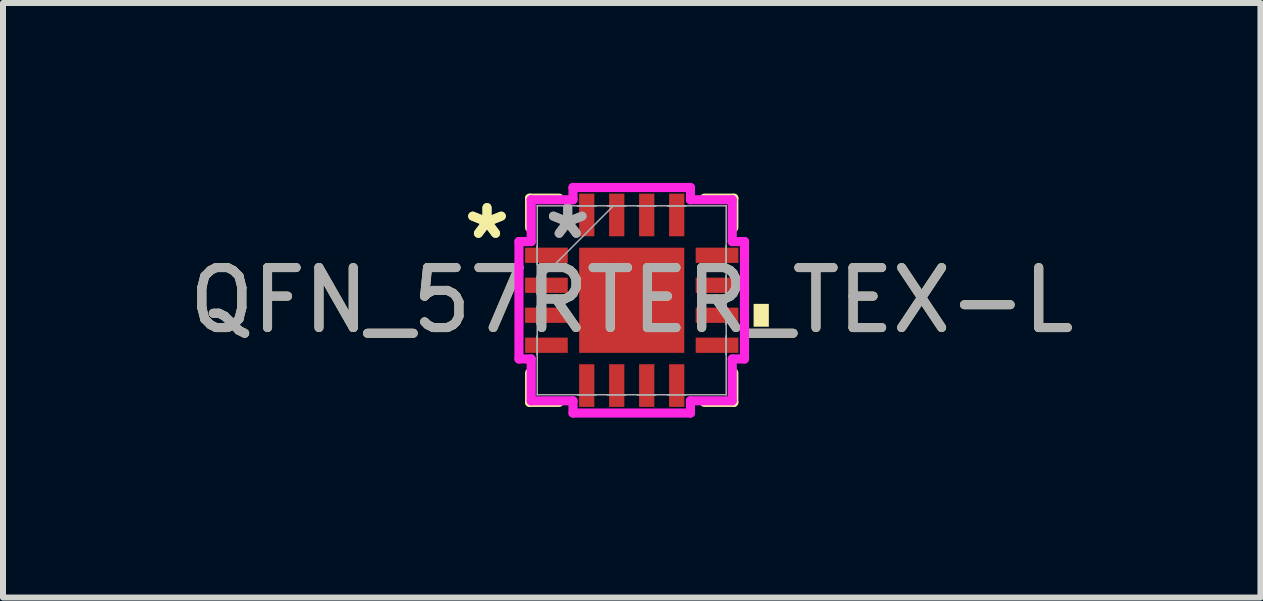
<source format=kicad_pcb>
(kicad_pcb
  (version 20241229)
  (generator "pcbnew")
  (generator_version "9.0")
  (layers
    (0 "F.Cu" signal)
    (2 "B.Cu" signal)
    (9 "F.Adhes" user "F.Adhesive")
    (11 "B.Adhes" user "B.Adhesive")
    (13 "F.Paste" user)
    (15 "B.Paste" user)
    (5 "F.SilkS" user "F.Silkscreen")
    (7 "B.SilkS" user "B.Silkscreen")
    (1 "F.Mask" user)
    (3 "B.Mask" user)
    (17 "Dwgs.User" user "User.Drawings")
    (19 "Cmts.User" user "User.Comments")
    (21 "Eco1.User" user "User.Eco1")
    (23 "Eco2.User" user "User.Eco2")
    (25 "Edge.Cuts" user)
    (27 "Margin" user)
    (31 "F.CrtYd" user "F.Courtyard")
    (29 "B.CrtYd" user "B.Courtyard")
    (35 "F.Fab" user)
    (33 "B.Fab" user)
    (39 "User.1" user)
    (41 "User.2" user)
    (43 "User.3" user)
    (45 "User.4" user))
  (footprint "QFN_57RTER_TEX-L"
    (layer "F.Cu")
    (at 7.482 1.956)
    (property "Reference" "QFN_57RTER_TEX-L" (at 0 0 0) (unlocked yes) (layer "F.SilkS") (effects (font (size 1 1) (thickness 0.15))))
    (attr smd)
    (fp_line (start -1.702 -1.702) (end -1.702 -1.21) (stroke (width 0.152) (type solid)) (layer "F.SilkS"))
    (fp_line (start -1.702 1.21) (end -1.702 1.702) (stroke (width 0.152) (type solid)) (layer "F.SilkS"))
    (fp_line (start -1.702 1.702) (end -1.21 1.702) (stroke (width 0.152) (type solid)) (layer "F.SilkS"))
    (fp_line (start -1.21 -1.702) (end -1.702 -1.702) (stroke (width 0.152) (type solid)) (layer "F.SilkS"))
    (fp_line (start 1.21 1.702) (end 1.702 1.702) (stroke (width 0.152) (type solid)) (layer "F.SilkS"))
    (fp_line (start 1.702 -1.702) (end 1.21 -1.702) (stroke (width 0.152) (type solid)) (layer "F.SilkS"))
    (fp_line (start 1.702 -1.21) (end 1.702 -1.702) (stroke (width 0.152) (type solid)) (layer "F.SilkS"))
    (fp_line (start 1.702 1.702) (end 1.702 1.21) (stroke (width 0.152) (type solid)) (layer "F.SilkS"))
    (fp_poly (pts (xy 2.286 0.06) (xy 2.286 0.441) (xy 2.032 0.441) (xy 2.032 0.06)) (stroke (width 0) (type solid)) (fill yes) (layer "F.SilkS"))
    (fp_line (start -1.88 -0.979) (end -1.676 -0.979) (stroke (width 0.152) (type solid)) (layer "F.CrtYd"))
    (fp_line (start -1.88 0.979) (end -1.88 -0.979) (stroke (width 0.152) (type solid)) (layer "F.CrtYd"))
    (fp_line (start -1.676 -1.676) (end -0.979 -1.676) (stroke (width 0.152) (type solid)) (layer "F.CrtYd"))
    (fp_line (start -1.676 -0.979) (end -1.676 -1.676) (stroke (width 0.152) (type solid)) (layer "F.CrtYd"))
    (fp_line (start -1.676 0.979) (end -1.88 0.979) (stroke (width 0.152) (type solid)) (layer "F.CrtYd"))
    (fp_line (start -1.676 1.676) (end -1.676 0.979) (stroke (width 0.152) (type solid)) (layer "F.CrtYd"))
    (fp_line (start -0.979 -1.88) (end 0.979 -1.88) (stroke (width 0.152) (type solid)) (layer "F.CrtYd"))
    (fp_line (start -0.979 -1.676) (end -0.979 -1.88) (stroke (width 0.152) (type solid)) (layer "F.CrtYd"))
    (fp_line (start -0.979 1.676) (end -1.676 1.676) (stroke (width 0.152) (type solid)) (layer "F.CrtYd"))
    (fp_line (start -0.979 1.88) (end -0.979 1.676) (stroke (width 0.152) (type solid)) (layer "F.CrtYd"))
    (fp_line (start 0.979 -1.88) (end 0.979 -1.676) (stroke (width 0.152) (type solid)) (layer "F.CrtYd"))
    (fp_line (start 0.979 -1.676) (end 1.676 -1.676) (stroke (width 0.152) (type solid)) (layer "F.CrtYd"))
    (fp_line (start 0.979 1.676) (end 0.979 1.88) (stroke (width 0.152) (type solid)) (layer "F.CrtYd"))
    (fp_line (start 0.979 1.88) (end -0.979 1.88) (stroke (width 0.152) (type solid)) (layer "F.CrtYd"))
    (fp_line (start 1.676 -1.676) (end 1.676 -0.979) (stroke (width 0.152) (type solid)) (layer "F.CrtYd"))
    (fp_line (start 1.676 -0.979) (end 1.88 -0.979) (stroke (width 0.152) (type solid)) (layer "F.CrtYd"))
    (fp_line (start 1.676 0.979) (end 1.676 1.676) (stroke (width 0.152) (type solid)) (layer "F.CrtYd"))
    (fp_line (start 1.676 1.676) (end 0.979 1.676) (stroke (width 0.152) (type solid)) (layer "F.CrtYd"))
    (fp_line (start 1.88 -0.979) (end 1.88 0.979) (stroke (width 0.152) (type solid)) (layer "F.CrtYd"))
    (fp_line (start 1.88 0.979) (end 1.676 0.979) (stroke (width 0.152) (type solid)) (layer "F.CrtYd"))
    (fp_line (start -1.575 -1.575) (end -1.575 -1.575) (stroke (width 0.025) (type solid)) (layer "F.Fab"))
    (fp_line (start -1.575 -1.575) (end -1.575 1.575) (stroke (width 0.025) (type solid)) (layer "F.Fab"))
    (fp_line (start -1.575 -0.903) (end -1.575 -0.903) (stroke (width 0.025) (type solid)) (layer "F.Fab"))
    (fp_line (start -1.575 -0.903) (end -1.575 -0.598) (stroke (width 0.025) (type solid)) (layer "F.Fab"))
    (fp_line (start -1.575 -0.598) (end -1.575 -0.903) (stroke (width 0.025) (type solid)) (layer "F.Fab"))
    (fp_line (start -1.575 -0.598) (end -1.575 -0.598) (stroke (width 0.025) (type solid)) (layer "F.Fab"))
    (fp_line (start -1.575 -0.402) (end -1.575 -0.402) (stroke (width 0.025) (type solid)) (layer "F.Fab"))
    (fp_line (start -1.575 -0.402) (end -1.575 -0.098) (stroke (width 0.025) (type solid)) (layer "F.Fab"))
    (fp_line (start -1.575 -0.305) (end -0.305 -1.575) (stroke (width 0.025) (type solid)) (layer "F.Fab"))
    (fp_line (start -1.575 -0.098) (end -1.575 -0.402) (stroke (width 0.025) (type solid)) (layer "F.Fab"))
    (fp_line (start -1.575 -0.098) (end -1.575 -0.098) (stroke (width 0.025) (type solid)) (layer "F.Fab"))
    (fp_line (start -1.575 0.098) (end -1.575 0.098) (stroke (width 0.025) (type solid)) (layer "F.Fab"))
    (fp_line (start -1.575 0.098) (end -1.575 0.402) (stroke (width 0.025) (type solid)) (layer "F.Fab"))
    (fp_line (start -1.575 0.402) (end -1.575 0.098) (stroke (width 0.025) (type solid)) (layer "F.Fab"))
    (fp_line (start -1.575 0.402) (end -1.575 0.402) (stroke (width 0.025) (type solid)) (layer "F.Fab"))
    (fp_line (start -1.575 0.598) (end -1.575 0.598) (stroke (width 0.025) (type solid)) (layer "F.Fab"))
    (fp_line (start -1.575 0.598) (end -1.575 0.903) (stroke (width 0.025) (type solid)) (layer "F.Fab"))
    (fp_line (start -1.575 0.903) (end -1.575 0.598) (stroke (width 0.025) (type solid)) (layer "F.Fab"))
    (fp_line (start -1.575 0.903) (end -1.575 0.903) (stroke (width 0.025) (type solid)) (layer "F.Fab"))
    (fp_line (start -1.575 1.575) (end -1.575 1.575) (stroke (width 0.025) (type solid)) (layer "F.Fab"))
    (fp_line (start -1.575 1.575) (end 1.575 1.575) (stroke (width 0.025) (type solid)) (layer "F.Fab"))
    (fp_line (start -0.903 -1.575) (end -0.903 -1.575) (stroke (width 0.025) (type solid)) (layer "F.Fab"))
    (fp_line (start -0.903 -1.575) (end -0.598 -1.575) (stroke (width 0.025) (type solid)) (layer "F.Fab"))
    (fp_line (start -0.903 1.575) (end -0.903 1.575) (stroke (width 0.025) (type solid)) (layer "F.Fab"))
    (fp_line (start -0.903 1.575) (end -0.598 1.575) (stroke (width 0.025) (type solid)) (layer "F.Fab"))
    (fp_line (start -0.598 -1.575) (end -0.903 -1.575) (stroke (width 0.025) (type solid)) (layer "F.Fab"))
    (fp_line (start -0.598 -1.575) (end -0.598 -1.575) (stroke (width 0.025) (type solid)) (layer "F.Fab"))
    (fp_line (start -0.598 1.575) (end -0.903 1.575) (stroke (width 0.025) (type solid)) (layer "F.Fab"))
    (fp_line (start -0.598 1.575) (end -0.598 1.575) (stroke (width 0.025) (type solid)) (layer "F.Fab"))
    (fp_line (start -0.402 -1.575) (end -0.402 -1.575) (stroke (width 0.025) (type solid)) (layer "F.Fab"))
    (fp_line (start -0.402 -1.575) (end -0.098 -1.575) (stroke (width 0.025) (type solid)) (layer "F.Fab"))
    (fp_line (start -0.402 1.575) (end -0.402 1.575) (stroke (width 0.025) (type solid)) (layer "F.Fab"))
    (fp_line (start -0.402 1.575) (end -0.098 1.575) (stroke (width 0.025) (type solid)) (layer "F.Fab"))
    (fp_line (start -0.098 -1.575) (end -0.402 -1.575) (stroke (width 0.025) (type solid)) (layer "F.Fab"))
    (fp_line (start -0.098 -1.575) (end -0.098 -1.575) (stroke (width 0.025) (type solid)) (layer "F.Fab"))
    (fp_line (start -0.098 1.575) (end -0.402 1.575) (stroke (width 0.025) (type solid)) (layer "F.Fab"))
    (fp_line (start -0.098 1.575) (end -0.098 1.575) (stroke (width 0.025) (type solid)) (layer "F.Fab"))
    (fp_line (start 0.098 -1.575) (end 0.098 -1.575) (stroke (width 0.025) (type solid)) (layer "F.Fab"))
    (fp_line (start 0.098 -1.575) (end 0.402 -1.575) (stroke (width 0.025) (type solid)) (layer "F.Fab"))
    (fp_line (start 0.098 1.575) (end 0.098 1.575) (stroke (width 0.025) (type solid)) (layer "F.Fab"))
    (fp_line (start 0.098 1.575) (end 0.402 1.575) (stroke (width 0.025) (type solid)) (layer "F.Fab"))
    (fp_line (start 0.402 -1.575) (end 0.098 -1.575) (stroke (width 0.025) (type solid)) (layer "F.Fab"))
    (fp_line (start 0.402 -1.575) (end 0.402 -1.575) (stroke (width 0.025) (type solid)) (layer "F.Fab"))
    (fp_line (start 0.402 1.575) (end 0.098 1.575) (stroke (width 0.025) (type solid)) (layer "F.Fab"))
    (fp_line (start 0.402 1.575) (end 0.402 1.575) (stroke (width 0.025) (type solid)) (layer "F.Fab"))
    (fp_line (start 0.598 -1.575) (end 0.598 -1.575) (stroke (width 0.025) (type solid)) (layer "F.Fab"))
    (fp_line (start 0.598 -1.575) (end 0.903 -1.575) (stroke (width 0.025) (type solid)) (layer "F.Fab"))
    (fp_line (start 0.598 1.575) (end 0.598 1.575) (stroke (width 0.025) (type solid)) (layer "F.Fab"))
    (fp_line (start 0.598 1.575) (end 0.903 1.575) (stroke (width 0.025) (type solid)) (layer "F.Fab"))
    (fp_line (start 0.903 -1.575) (end 0.598 -1.575) (stroke (width 0.025) (type solid)) (layer "F.Fab"))
    (fp_line (start 0.903 -1.575) (end 0.903 -1.575) (stroke (width 0.025) (type solid)) (layer "F.Fab"))
    (fp_line (start 0.903 1.575) (end 0.598 1.575) (stroke (width 0.025) (type solid)) (layer "F.Fab"))
    (fp_line (start 0.903 1.575) (end 0.903 1.575) (stroke (width 0.025) (type solid)) (layer "F.Fab"))
    (fp_line (start 1.575 -1.575) (end -1.575 -1.575) (stroke (width 0.025) (type solid)) (layer "F.Fab"))
    (fp_line (start 1.575 -1.575) (end 1.575 -1.575) (stroke (width 0.025) (type solid)) (layer "F.Fab"))
    (fp_line (start 1.575 -0.903) (end 1.575 -0.903) (stroke (width 0.025) (type solid)) (layer "F.Fab"))
    (fp_line (start 1.575 -0.903) (end 1.575 -0.598) (stroke (width 0.025) (type solid)) (layer "F.Fab"))
    (fp_line (start 1.575 -0.598) (end 1.575 -0.903) (stroke (width 0.025) (type solid)) (layer "F.Fab"))
    (fp_line (start 1.575 -0.598) (end 1.575 -0.598) (stroke (width 0.025) (type solid)) (layer "F.Fab"))
    (fp_line (start 1.575 -0.402) (end 1.575 -0.402) (stroke (width 0.025) (type solid)) (layer "F.Fab"))
    (fp_line (start 1.575 -0.402) (end 1.575 -0.098) (stroke (width 0.025) (type solid)) (layer "F.Fab"))
    (fp_line (start 1.575 -0.098) (end 1.575 -0.402) (stroke (width 0.025) (type solid)) (layer "F.Fab"))
    (fp_line (start 1.575 -0.098) (end 1.575 -0.098) (stroke (width 0.025) (type solid)) (layer "F.Fab"))
    (fp_line (start 1.575 0.098) (end 1.575 0.098) (stroke (width 0.025) (type solid)) (layer "F.Fab"))
    (fp_line (start 1.575 0.098) (end 1.575 0.402) (stroke (width 0.025) (type solid)) (layer "F.Fab"))
    (fp_line (start 1.575 0.402) (end 1.575 0.098) (stroke (width 0.025) (type solid)) (layer "F.Fab"))
    (fp_line (start 1.575 0.402) (end 1.575 0.402) (stroke (width 0.025) (type solid)) (layer "F.Fab"))
    (fp_line (start 1.575 0.598) (end 1.575 0.598) (stroke (width 0.025) (type solid)) (layer "F.Fab"))
    (fp_line (start 1.575 0.598) (end 1.575 0.903) (stroke (width 0.025) (type solid)) (layer "F.Fab"))
    (fp_line (start 1.575 0.903) (end 1.575 0.598) (stroke (width 0.025) (type solid)) (layer "F.Fab"))
    (fp_line (start 1.575 0.903) (end 1.575 0.903) (stroke (width 0.025) (type solid)) (layer "F.Fab"))
    (fp_line (start 1.575 1.575) (end 1.575 -1.575) (stroke (width 0.025) (type solid)) (layer "F.Fab"))
    (fp_line (start 1.575 1.575) (end 1.575 1.575) (stroke (width 0.025) (type solid)) (layer "F.Fab"))
    (fp_text user "*" (at -2.413 -1 0) (unlocked yes) (layer "F.SilkS") (effects (font (size 1 1) (thickness 0.15))))
    (fp_text user "*" (at -2.413 -1 0) (layer "F.SilkS") (effects (font (size 1 1) (thickness 0.15))))
    (fp_text user "*" (at -1.067 -1 0) (unlocked yes) (layer "F.Fab") (effects (font (size 1 1) (thickness 0.15))))
    (fp_text user "${REFERENCE}" (at 0 0 0) (unlocked yes) (layer "F.Fab") (effects (font (size 1 1) (thickness 0.15))))
    (fp_text user "*" (at -1.067 -1 0) (layer "F.Fab") (effects (font (size 1 1) (thickness 0.15))))
    (pad "1" smd rect (at -1.422 -0.75 90) (size 0.254 0.711) (layers "F.Cu" "F.Mask" "F.Paste"))
    (pad "2" smd rect (at -1.422 -0.25 90) (size 0.254 0.711) (layers "F.Cu" "F.Mask" "F.Paste"))
    (pad "3" smd rect (at -1.422 0.25 90) (size 0.254 0.711) (layers "F.Cu" "F.Mask" "F.Paste"))
    (pad "4" smd rect (at -1.422 0.75 90) (size 0.254 0.711) (layers "F.Cu" "F.Mask" "F.Paste"))
    (pad "5" smd rect (at -0.75 1.422) (size 0.254 0.711) (layers "F.Cu" "F.Mask" "F.Paste"))
    (pad "6" smd rect (at -0.25 1.422) (size 0.254 0.711) (layers "F.Cu" "F.Mask" "F.Paste"))
    (pad "7" smd rect (at 0.25 1.422) (size 0.254 0.711) (layers "F.Cu" "F.Mask" "F.Paste"))
    (pad "8" smd rect (at 0.75 1.422) (size 0.254 0.711) (layers "F.Cu" "F.Mask" "F.Paste"))
    (pad "9" smd rect (at 1.422 0.75 90) (size 0.254 0.711) (layers "F.Cu" "F.Mask" "F.Paste"))
    (pad "10" smd rect (at 1.422 0.25 90) (size 0.254 0.711) (layers "F.Cu" "F.Mask" "F.Paste"))
    (pad "11" smd rect (at 1.422 -0.25 90) (size 0.254 0.711) (layers "F.Cu" "F.Mask" "F.Paste"))
    (pad "12" smd rect (at 1.422 -0.75 90) (size 0.254 0.711) (layers "F.Cu" "F.Mask" "F.Paste"))
    (pad "13" smd rect (at 0.75 -1.422) (size 0.254 0.711) (layers "F.Cu" "F.Mask" "F.Paste"))
    (pad "14" smd rect (at 0.25 -1.422) (size 0.254 0.711) (layers "F.Cu" "F.Mask" "F.Paste"))
    (pad "15" smd rect (at -0.25 -1.422) (size 0.254 0.711) (layers "F.Cu" "F.Mask" "F.Paste"))
    (pad "16" smd rect (at -0.75 -1.422) (size 0.254 0.711) (layers "F.Cu" "F.Mask" "F.Paste"))
    (pad "17" smd rect (at 0 0) (size 1.753 1.753) (layers "F.Cu" "F.Mask" "F.Paste")))
  (gr_rect
    (start -3 -3)
    (end 17.964 6.912)
    (stroke (width 0.1) (type default))
    (fill no)
    (layer "Edge.Cuts")))
</source>
